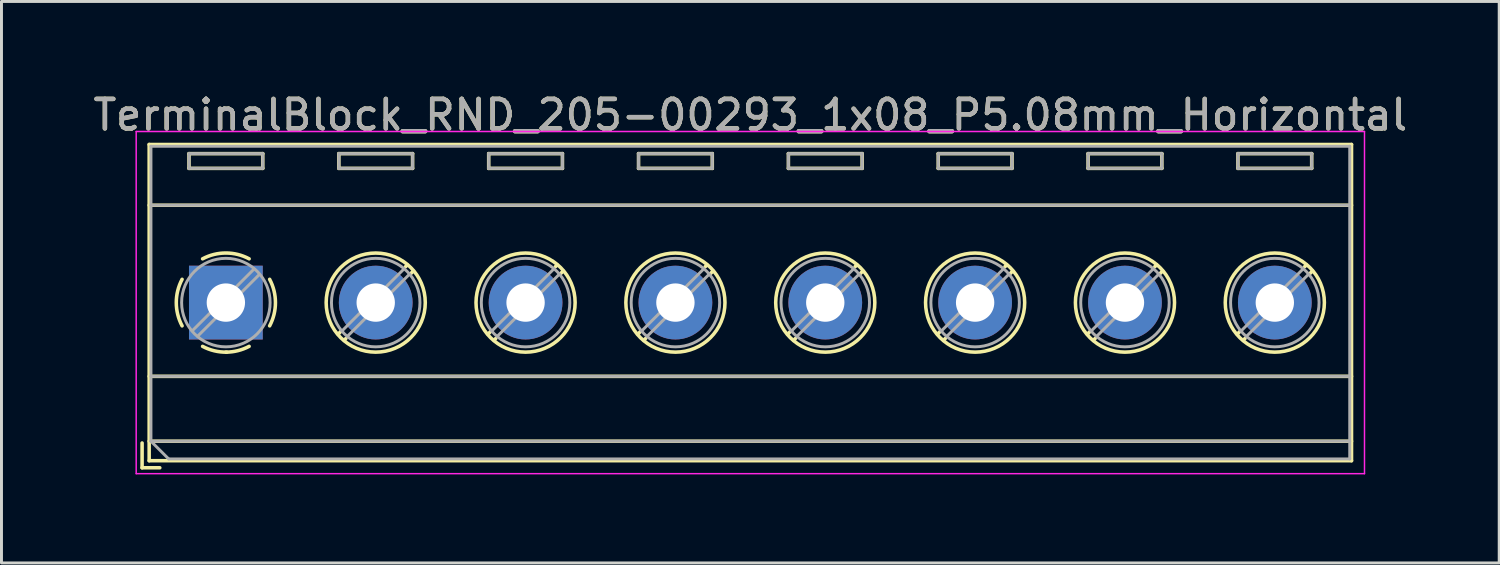
<source format=kicad_pcb>
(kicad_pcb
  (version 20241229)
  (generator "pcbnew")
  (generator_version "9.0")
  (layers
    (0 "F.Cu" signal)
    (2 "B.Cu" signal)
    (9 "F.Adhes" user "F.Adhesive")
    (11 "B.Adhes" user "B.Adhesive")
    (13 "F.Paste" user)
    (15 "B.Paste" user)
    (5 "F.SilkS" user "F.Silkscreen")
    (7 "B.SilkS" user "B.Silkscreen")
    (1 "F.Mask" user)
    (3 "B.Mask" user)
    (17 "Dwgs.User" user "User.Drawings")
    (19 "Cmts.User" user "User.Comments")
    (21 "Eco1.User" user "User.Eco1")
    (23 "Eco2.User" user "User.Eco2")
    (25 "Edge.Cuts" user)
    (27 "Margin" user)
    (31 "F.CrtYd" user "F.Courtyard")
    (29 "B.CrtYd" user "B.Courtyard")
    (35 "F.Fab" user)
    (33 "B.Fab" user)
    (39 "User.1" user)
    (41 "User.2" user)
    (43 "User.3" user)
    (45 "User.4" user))
  (footprint "TerminalBlock_RND_205-00293_1x08_P5.08mm_Horizontal"
    (layer "F.Cu")
    (at 4.607 7.208)
    (property "Reference" "TerminalBlock_RND_205-00293_1x08_P5.08mm_Horizontal" (at 17.78 -6.36 0) (layer "F.SilkS") (effects (font (size 1 1) (thickness 0.15))))
    (attr through_hole)
    (fp_line (start -2.84 4.76) (end -2.84 5.6) (stroke (width 0.12) (type solid)) (layer "F.SilkS"))
    (fp_line (start -2.84 5.6) (end -2.24 5.6) (stroke (width 0.12) (type solid)) (layer "F.SilkS"))
    (fp_line (start -2.6 -5.36) (end -2.6 5.36) (stroke (width 0.12) (type solid)) (layer "F.SilkS"))
    (fp_line (start -2.6 -5.36) (end 38.16 -5.36) (stroke (width 0.12) (type solid)) (layer "F.SilkS"))
    (fp_line (start -2.6 -3.3) (end 38.16 -3.3) (stroke (width 0.12) (type solid)) (layer "F.SilkS"))
    (fp_line (start -2.6 2.5) (end 38.16 2.5) (stroke (width 0.12) (type solid)) (layer "F.SilkS"))
    (fp_line (start -2.6 4.7) (end 38.16 4.7) (stroke (width 0.12) (type solid)) (layer "F.SilkS"))
    (fp_line (start -2.6 5.36) (end 38.16 5.36) (stroke (width 0.12) (type solid)) (layer "F.SilkS"))
    (fp_line (start -1.25 -5.05) (end -1.25 -4.55) (stroke (width 0.12) (type solid)) (layer "F.SilkS"))
    (fp_line (start -1.25 -5.05) (end 1.25 -5.05) (stroke (width 0.12) (type solid)) (layer "F.SilkS"))
    (fp_line (start -1.25 -4.55) (end 1.25 -4.55) (stroke (width 0.12) (type solid)) (layer "F.SilkS"))
    (fp_line (start 1.25 -5.05) (end 1.25 -4.55) (stroke (width 0.12) (type solid)) (layer "F.SilkS"))
    (fp_line (start 3.83 -5.05) (end 3.83 -4.55) (stroke (width 0.12) (type solid)) (layer "F.SilkS"))
    (fp_line (start 3.83 -5.05) (end 6.33 -5.05) (stroke (width 0.12) (type solid)) (layer "F.SilkS"))
    (fp_line (start 3.83 -4.55) (end 6.33 -4.55) (stroke (width 0.12) (type solid)) (layer "F.SilkS"))
    (fp_line (start 3.9 0.976) (end 3.806 1.069) (stroke (width 0.12) (type solid)) (layer "F.SilkS"))
    (fp_line (start 4.07 1.216) (end 4.011 1.274) (stroke (width 0.12) (type solid)) (layer "F.SilkS"))
    (fp_line (start 6.15 -1.275) (end 6.091 -1.216) (stroke (width 0.12) (type solid)) (layer "F.SilkS"))
    (fp_line (start 6.33 -5.05) (end 6.33 -4.55) (stroke (width 0.12) (type solid)) (layer "F.SilkS"))
    (fp_line (start 6.355 -1.069) (end 6.261 -0.976) (stroke (width 0.12) (type solid)) (layer "F.SilkS"))
    (fp_line (start 8.91 -5.05) (end 8.91 -4.55) (stroke (width 0.12) (type solid)) (layer "F.SilkS"))
    (fp_line (start 8.91 -5.05) (end 11.41 -5.05) (stroke (width 0.12) (type solid)) (layer "F.SilkS"))
    (fp_line (start 8.91 -4.55) (end 11.41 -4.55) (stroke (width 0.12) (type solid)) (layer "F.SilkS"))
    (fp_line (start 8.98 0.976) (end 8.886 1.069) (stroke (width 0.12) (type solid)) (layer "F.SilkS"))
    (fp_line (start 9.15 1.216) (end 9.091 1.274) (stroke (width 0.12) (type solid)) (layer "F.SilkS"))
    (fp_line (start 11.23 -1.275) (end 11.171 -1.216) (stroke (width 0.12) (type solid)) (layer "F.SilkS"))
    (fp_line (start 11.41 -5.05) (end 11.41 -4.55) (stroke (width 0.12) (type solid)) (layer "F.SilkS"))
    (fp_line (start 11.435 -1.069) (end 11.341 -0.976) (stroke (width 0.12) (type solid)) (layer "F.SilkS"))
    (fp_line (start 13.99 -5.05) (end 13.99 -4.55) (stroke (width 0.12) (type solid)) (layer "F.SilkS"))
    (fp_line (start 13.99 -5.05) (end 16.49 -5.05) (stroke (width 0.12) (type solid)) (layer "F.SilkS"))
    (fp_line (start 13.99 -4.55) (end 16.49 -4.55) (stroke (width 0.12) (type solid)) (layer "F.SilkS"))
    (fp_line (start 14.06 0.976) (end 13.966 1.069) (stroke (width 0.12) (type solid)) (layer "F.SilkS"))
    (fp_line (start 14.23 1.216) (end 14.171 1.274) (stroke (width 0.12) (type solid)) (layer "F.SilkS"))
    (fp_line (start 16.31 -1.275) (end 16.251 -1.216) (stroke (width 0.12) (type solid)) (layer "F.SilkS"))
    (fp_line (start 16.49 -5.05) (end 16.49 -4.55) (stroke (width 0.12) (type solid)) (layer "F.SilkS"))
    (fp_line (start 16.515 -1.069) (end 16.421 -0.976) (stroke (width 0.12) (type solid)) (layer "F.SilkS"))
    (fp_line (start 19.07 -5.05) (end 19.07 -4.55) (stroke (width 0.12) (type solid)) (layer "F.SilkS"))
    (fp_line (start 19.07 -5.05) (end 21.57 -5.05) (stroke (width 0.12) (type solid)) (layer "F.SilkS"))
    (fp_line (start 19.07 -4.55) (end 21.57 -4.55) (stroke (width 0.12) (type solid)) (layer "F.SilkS"))
    (fp_line (start 19.14 0.976) (end 19.046 1.069) (stroke (width 0.12) (type solid)) (layer "F.SilkS"))
    (fp_line (start 19.31 1.216) (end 19.251 1.274) (stroke (width 0.12) (type solid)) (layer "F.SilkS"))
    (fp_line (start 21.39 -1.275) (end 21.331 -1.216) (stroke (width 0.12) (type solid)) (layer "F.SilkS"))
    (fp_line (start 21.57 -5.05) (end 21.57 -4.55) (stroke (width 0.12) (type solid)) (layer "F.SilkS"))
    (fp_line (start 21.595 -1.069) (end 21.501 -0.976) (stroke (width 0.12) (type solid)) (layer "F.SilkS"))
    (fp_line (start 24.15 -5.05) (end 24.15 -4.55) (stroke (width 0.12) (type solid)) (layer "F.SilkS"))
    (fp_line (start 24.15 -5.05) (end 26.65 -5.05) (stroke (width 0.12) (type solid)) (layer "F.SilkS"))
    (fp_line (start 24.15 -4.55) (end 26.65 -4.55) (stroke (width 0.12) (type solid)) (layer "F.SilkS"))
    (fp_line (start 24.22 0.976) (end 24.126 1.069) (stroke (width 0.12) (type solid)) (layer "F.SilkS"))
    (fp_line (start 24.39 1.216) (end 24.331 1.274) (stroke (width 0.12) (type solid)) (layer "F.SilkS"))
    (fp_line (start 26.47 -1.275) (end 26.411 -1.216) (stroke (width 0.12) (type solid)) (layer "F.SilkS"))
    (fp_line (start 26.65 -5.05) (end 26.65 -4.55) (stroke (width 0.12) (type solid)) (layer "F.SilkS"))
    (fp_line (start 26.675 -1.069) (end 26.581 -0.976) (stroke (width 0.12) (type solid)) (layer "F.SilkS"))
    (fp_line (start 29.23 -5.05) (end 29.23 -4.55) (stroke (width 0.12) (type solid)) (layer "F.SilkS"))
    (fp_line (start 29.23 -5.05) (end 31.73 -5.05) (stroke (width 0.12) (type solid)) (layer "F.SilkS"))
    (fp_line (start 29.23 -4.55) (end 31.73 -4.55) (stroke (width 0.12) (type solid)) (layer "F.SilkS"))
    (fp_line (start 29.3 0.976) (end 29.206 1.069) (stroke (width 0.12) (type solid)) (layer "F.SilkS"))
    (fp_line (start 29.47 1.216) (end 29.411 1.274) (stroke (width 0.12) (type solid)) (layer "F.SilkS"))
    (fp_line (start 31.55 -1.275) (end 31.491 -1.216) (stroke (width 0.12) (type solid)) (layer "F.SilkS"))
    (fp_line (start 31.73 -5.05) (end 31.73 -4.55) (stroke (width 0.12) (type solid)) (layer "F.SilkS"))
    (fp_line (start 31.755 -1.069) (end 31.661 -0.976) (stroke (width 0.12) (type solid)) (layer "F.SilkS"))
    (fp_line (start 34.31 -5.05) (end 34.31 -4.55) (stroke (width 0.12) (type solid)) (layer "F.SilkS"))
    (fp_line (start 34.31 -5.05) (end 36.81 -5.05) (stroke (width 0.12) (type solid)) (layer "F.SilkS"))
    (fp_line (start 34.31 -4.55) (end 36.81 -4.55) (stroke (width 0.12) (type solid)) (layer "F.SilkS"))
    (fp_line (start 34.38 0.976) (end 34.286 1.069) (stroke (width 0.12) (type solid)) (layer "F.SilkS"))
    (fp_line (start 34.55 1.216) (end 34.491 1.274) (stroke (width 0.12) (type solid)) (layer "F.SilkS"))
    (fp_line (start 36.63 -1.275) (end 36.571 -1.216) (stroke (width 0.12) (type solid)) (layer "F.SilkS"))
    (fp_line (start 36.81 -5.05) (end 36.81 -4.55) (stroke (width 0.12) (type solid)) (layer "F.SilkS"))
    (fp_line (start 36.835 -1.069) (end 36.741 -0.976) (stroke (width 0.12) (type solid)) (layer "F.SilkS"))
    (fp_line (start 38.16 -5.36) (end 38.16 5.36) (stroke (width 0.12) (type solid)) (layer "F.SilkS"))
    (fp_arc (start -1.483953 0.789089) (mid -1.680708 0.00005) (end -1.484 -0.789) (stroke (width 0.12) (type solid)) (layer "F.SilkS"))
    (fp_arc (start -0.789089 -1.483953) (mid -0.00005 -1.680708) (end 0.789 -1.484) (stroke (width 0.12) (type solid)) (layer "F.SilkS"))
    (fp_arc (start 0.029383 1.68045) (mid -0.392304 1.634281) (end -0.789 1.484) (stroke (width 0.12) (type solid)) (layer "F.SilkS"))
    (fp_arc (start 0.788712 1.483352) (mid 0.406429 1.630097) (end 0 1.68) (stroke (width 0.12) (type solid)) (layer "F.SilkS"))
    (fp_arc (start 1.483953 -0.789089) (mid 1.680708 -0.00005) (end 1.484 0.789) (stroke (width 0.12) (type solid)) (layer "F.SilkS"))
    (fp_circle (center 5.08 0) (end 6.76 0) (stroke (width 0.12) (type solid)) (fill no) (layer "F.SilkS"))
    (fp_circle (center 10.16 0) (end 11.84 0) (stroke (width 0.12) (type solid)) (fill no) (layer "F.SilkS"))
    (fp_circle (center 15.24 0) (end 16.92 0) (stroke (width 0.12) (type solid)) (fill no) (layer "F.SilkS"))
    (fp_circle (center 20.32 0) (end 22 0) (stroke (width 0.12) (type solid)) (fill no) (layer "F.SilkS"))
    (fp_circle (center 25.4 0) (end 27.08 0) (stroke (width 0.12) (type solid)) (fill no) (layer "F.SilkS"))
    (fp_circle (center 30.48 0) (end 32.16 0) (stroke (width 0.12) (type solid)) (fill no) (layer "F.SilkS"))
    (fp_circle (center 35.56 0) (end 37.24 0) (stroke (width 0.12) (type solid)) (fill no) (layer "F.SilkS"))
    (fp_line (start -3.04 -5.8) (end -3.04 5.8) (stroke (width 0.05) (type solid)) (layer "F.CrtYd"))
    (fp_line (start -3.04 5.8) (end 38.6 5.8) (stroke (width 0.05) (type solid)) (layer "F.CrtYd"))
    (fp_line (start 38.6 -5.8) (end -3.04 -5.8) (stroke (width 0.05) (type solid)) (layer "F.CrtYd"))
    (fp_line (start 38.6 5.8) (end 38.6 -5.8) (stroke (width 0.05) (type solid)) (layer "F.CrtYd"))
    (fp_line (start -2.54 -5.3) (end 38.1 -5.3) (stroke (width 0.1) (type solid)) (layer "F.Fab"))
    (fp_line (start -2.54 -3.3) (end 38.1 -3.3) (stroke (width 0.1) (type solid)) (layer "F.Fab"))
    (fp_line (start -2.54 2.5) (end 38.1 2.5) (stroke (width 0.1) (type solid)) (layer "F.Fab"))
    (fp_line (start -2.54 4.7) (end -2.54 -5.3) (stroke (width 0.1) (type solid)) (layer "F.Fab"))
    (fp_line (start -2.54 4.7) (end 38.1 4.7) (stroke (width 0.1) (type solid)) (layer "F.Fab"))
    (fp_line (start -1.94 5.3) (end -2.54 4.7) (stroke (width 0.1) (type solid)) (layer "F.Fab"))
    (fp_line (start -1.25 -5.05) (end -1.25 -4.55) (stroke (width 0.1) (type solid)) (layer "F.Fab"))
    (fp_line (start -1.25 -4.55) (end 1.25 -4.55) (stroke (width 0.1) (type solid)) (layer "F.Fab"))
    (fp_line (start 0.955 -1.138) (end -1.138 0.955) (stroke (width 0.1) (type solid)) (layer "F.Fab"))
    (fp_line (start 1.138 -0.955) (end -0.955 1.138) (stroke (width 0.1) (type solid)) (layer "F.Fab"))
    (fp_line (start 1.25 -5.05) (end -1.25 -5.05) (stroke (width 0.1) (type solid)) (layer "F.Fab"))
    (fp_line (start 1.25 -4.55) (end 1.25 -5.05) (stroke (width 0.1) (type solid)) (layer "F.Fab"))
    (fp_line (start 3.83 -5.05) (end 3.83 -4.55) (stroke (width 0.1) (type solid)) (layer "F.Fab"))
    (fp_line (start 3.83 -4.55) (end 6.33 -4.55) (stroke (width 0.1) (type solid)) (layer "F.Fab"))
    (fp_line (start 6.035 -1.138) (end 3.943 0.955) (stroke (width 0.1) (type solid)) (layer "F.Fab"))
    (fp_line (start 6.218 -0.955) (end 4.126 1.138) (stroke (width 0.1) (type solid)) (layer "F.Fab"))
    (fp_line (start 6.33 -5.05) (end 3.83 -5.05) (stroke (width 0.1) (type solid)) (layer "F.Fab"))
    (fp_line (start 6.33 -4.55) (end 6.33 -5.05) (stroke (width 0.1) (type solid)) (layer "F.Fab"))
    (fp_line (start 8.91 -5.05) (end 8.91 -4.55) (stroke (width 0.1) (type solid)) (layer "F.Fab"))
    (fp_line (start 8.91 -4.55) (end 11.41 -4.55) (stroke (width 0.1) (type solid)) (layer "F.Fab"))
    (fp_line (start 11.115 -1.138) (end 9.023 0.955) (stroke (width 0.1) (type solid)) (layer "F.Fab"))
    (fp_line (start 11.298 -0.955) (end 9.206 1.138) (stroke (width 0.1) (type solid)) (layer "F.Fab"))
    (fp_line (start 11.41 -5.05) (end 8.91 -5.05) (stroke (width 0.1) (type solid)) (layer "F.Fab"))
    (fp_line (start 11.41 -4.55) (end 11.41 -5.05) (stroke (width 0.1) (type solid)) (layer "F.Fab"))
    (fp_line (start 13.99 -5.05) (end 13.99 -4.55) (stroke (width 0.1) (type solid)) (layer "F.Fab"))
    (fp_line (start 13.99 -4.55) (end 16.49 -4.55) (stroke (width 0.1) (type solid)) (layer "F.Fab"))
    (fp_line (start 16.195 -1.138) (end 14.103 0.955) (stroke (width 0.1) (type solid)) (layer "F.Fab"))
    (fp_line (start 16.378 -0.955) (end 14.286 1.138) (stroke (width 0.1) (type solid)) (layer "F.Fab"))
    (fp_line (start 16.49 -5.05) (end 13.99 -5.05) (stroke (width 0.1) (type solid)) (layer "F.Fab"))
    (fp_line (start 16.49 -4.55) (end 16.49 -5.05) (stroke (width 0.1) (type solid)) (layer "F.Fab"))
    (fp_line (start 19.07 -5.05) (end 19.07 -4.55) (stroke (width 0.1) (type solid)) (layer "F.Fab"))
    (fp_line (start 19.07 -4.55) (end 21.57 -4.55) (stroke (width 0.1) (type solid)) (layer "F.Fab"))
    (fp_line (start 21.275 -1.138) (end 19.183 0.955) (stroke (width 0.1) (type solid)) (layer "F.Fab"))
    (fp_line (start 21.458 -0.955) (end 19.366 1.138) (stroke (width 0.1) (type solid)) (layer "F.Fab"))
    (fp_line (start 21.57 -5.05) (end 19.07 -5.05) (stroke (width 0.1) (type solid)) (layer "F.Fab"))
    (fp_line (start 21.57 -4.55) (end 21.57 -5.05) (stroke (width 0.1) (type solid)) (layer "F.Fab"))
    (fp_line (start 24.15 -5.05) (end 24.15 -4.55) (stroke (width 0.1) (type solid)) (layer "F.Fab"))
    (fp_line (start 24.15 -4.55) (end 26.65 -4.55) (stroke (width 0.1) (type solid)) (layer "F.Fab"))
    (fp_line (start 26.355 -1.138) (end 24.263 0.955) (stroke (width 0.1) (type solid)) (layer "F.Fab"))
    (fp_line (start 26.538 -0.955) (end 24.446 1.138) (stroke (width 0.1) (type solid)) (layer "F.Fab"))
    (fp_line (start 26.65 -5.05) (end 24.15 -5.05) (stroke (width 0.1) (type solid)) (layer "F.Fab"))
    (fp_line (start 26.65 -4.55) (end 26.65 -5.05) (stroke (width 0.1) (type solid)) (layer "F.Fab"))
    (fp_line (start 29.23 -5.05) (end 29.23 -4.55) (stroke (width 0.1) (type solid)) (layer "F.Fab"))
    (fp_line (start 29.23 -4.55) (end 31.73 -4.55) (stroke (width 0.1) (type solid)) (layer "F.Fab"))
    (fp_line (start 31.435 -1.138) (end 29.343 0.955) (stroke (width 0.1) (type solid)) (layer "F.Fab"))
    (fp_line (start 31.618 -0.955) (end 29.526 1.138) (stroke (width 0.1) (type solid)) (layer "F.Fab"))
    (fp_line (start 31.73 -5.05) (end 29.23 -5.05) (stroke (width 0.1) (type solid)) (layer "F.Fab"))
    (fp_line (start 31.73 -4.55) (end 31.73 -5.05) (stroke (width 0.1) (type solid)) (layer "F.Fab"))
    (fp_line (start 34.31 -5.05) (end 34.31 -4.55) (stroke (width 0.1) (type solid)) (layer "F.Fab"))
    (fp_line (start 34.31 -4.55) (end 36.81 -4.55) (stroke (width 0.1) (type solid)) (layer "F.Fab"))
    (fp_line (start 36.515 -1.138) (end 34.423 0.955) (stroke (width 0.1) (type solid)) (layer "F.Fab"))
    (fp_line (start 36.698 -0.955) (end 34.606 1.138) (stroke (width 0.1) (type solid)) (layer "F.Fab"))
    (fp_line (start 36.81 -5.05) (end 34.31 -5.05) (stroke (width 0.1) (type solid)) (layer "F.Fab"))
    (fp_line (start 36.81 -4.55) (end 36.81 -5.05) (stroke (width 0.1) (type solid)) (layer "F.Fab"))
    (fp_line (start 38.1 -5.3) (end 38.1 5.3) (stroke (width 0.1) (type solid)) (layer "F.Fab"))
    (fp_line (start 38.1 5.3) (end -1.94 5.3) (stroke (width 0.1) (type solid)) (layer "F.Fab"))
    (fp_circle (center 0 0) (end 1.5 0) (stroke (width 0.1) (type solid)) (fill no) (layer "F.Fab"))
    (fp_circle (center 5.08 0) (end 6.58 0) (stroke (width 0.1) (type solid)) (fill no) (layer "F.Fab"))
    (fp_circle (center 10.16 0) (end 11.66 0) (stroke (width 0.1) (type solid)) (fill no) (layer "F.Fab"))
    (fp_circle (center 15.24 0) (end 16.74 0) (stroke (width 0.1) (type solid)) (fill no) (layer "F.Fab"))
    (fp_circle (center 20.32 0) (end 21.82 0) (stroke (width 0.1) (type solid)) (fill no) (layer "F.Fab"))
    (fp_circle (center 25.4 0) (end 26.9 0) (stroke (width 0.1) (type solid)) (fill no) (layer "F.Fab"))
    (fp_circle (center 30.48 0) (end 31.98 0) (stroke (width 0.1) (type solid)) (fill no) (layer "F.Fab"))
    (fp_circle (center 35.56 0) (end 37.06 0) (stroke (width 0.1) (type solid)) (fill no) (layer "F.Fab"))
    (fp_text user "${REFERENCE}" (at 17.78 -6.36 0) (layer "F.Fab") (effects (font (size 1 1) (thickness 0.15))))
    (pad "1" thru_hole rect (at 0 0) (size 2.5 2.5) (drill 1.3) (layers "*.Cu" "*.Mask"))
    (pad "2" thru_hole circle (at 5.08 0) (size 2.5 2.5) (drill 1.3) (layers "*.Cu" "*.Mask"))
    (pad "3" thru_hole circle (at 10.16 0) (size 2.5 2.5) (drill 1.3) (layers "*.Cu" "*.Mask"))
    (pad "4" thru_hole circle (at 15.24 0) (size 2.5 2.5) (drill 1.3) (layers "*.Cu" "*.Mask"))
    (pad "5" thru_hole circle (at 20.32 0) (size 2.5 2.5) (drill 1.3) (layers "*.Cu" "*.Mask"))
    (pad "6" thru_hole circle (at 25.4 0) (size 2.5 2.5) (drill 1.3) (layers "*.Cu" "*.Mask"))
    (pad "7" thru_hole circle (at 30.48 0) (size 2.5 2.5) (drill 1.3) (layers "*.Cu" "*.Mask"))
    (pad "8" thru_hole circle (at 35.56 0) (size 2.5 2.5) (drill 1.3) (layers "*.Cu" "*.Mask")))
  (gr_rect
    (start -3 -3)
    (end 47.774 16.033)
    (stroke (width 0.1) (type default))
    (fill no)
    (layer "Edge.Cuts")))
</source>
